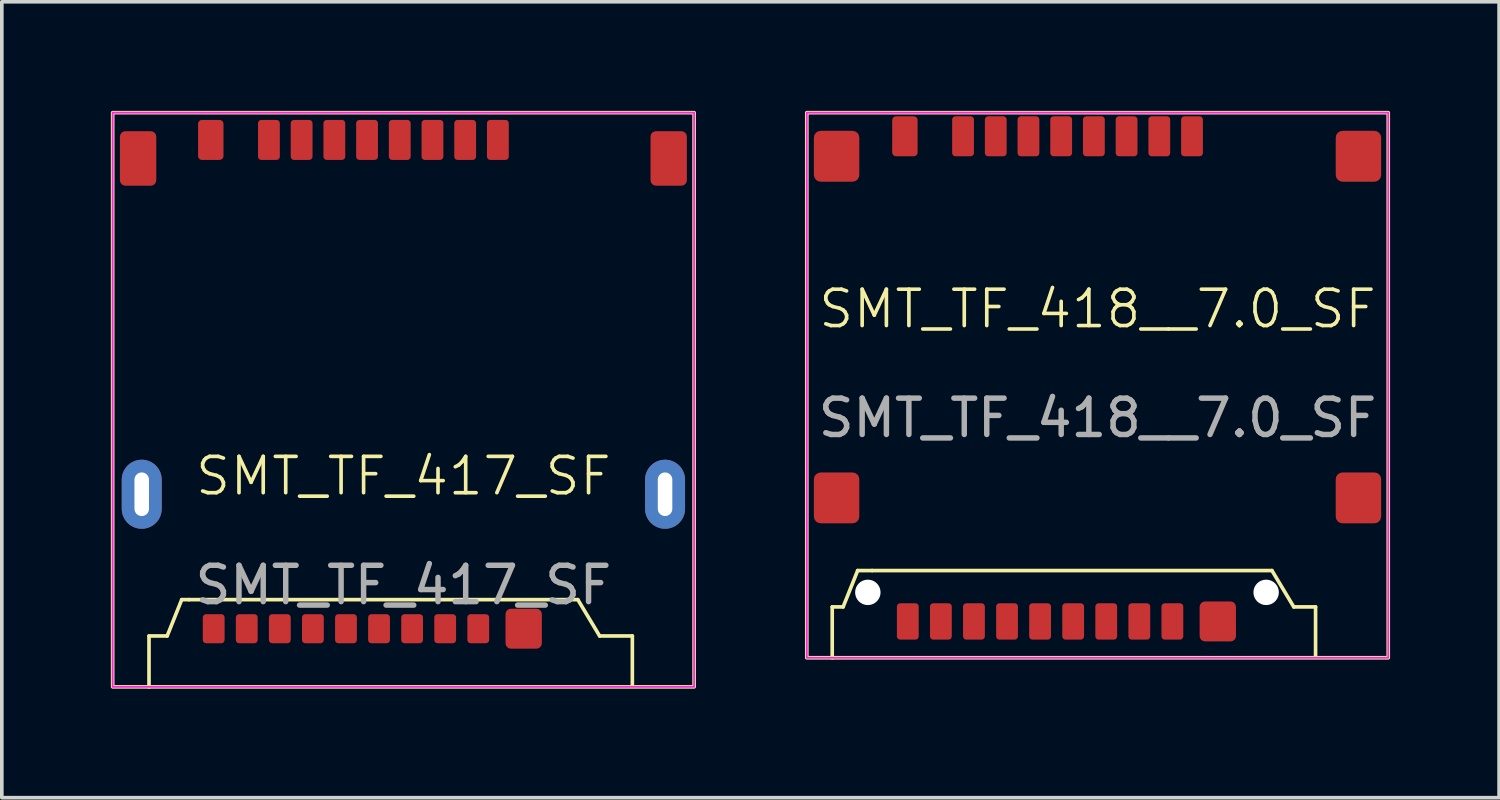
<source format=kicad_pcb>
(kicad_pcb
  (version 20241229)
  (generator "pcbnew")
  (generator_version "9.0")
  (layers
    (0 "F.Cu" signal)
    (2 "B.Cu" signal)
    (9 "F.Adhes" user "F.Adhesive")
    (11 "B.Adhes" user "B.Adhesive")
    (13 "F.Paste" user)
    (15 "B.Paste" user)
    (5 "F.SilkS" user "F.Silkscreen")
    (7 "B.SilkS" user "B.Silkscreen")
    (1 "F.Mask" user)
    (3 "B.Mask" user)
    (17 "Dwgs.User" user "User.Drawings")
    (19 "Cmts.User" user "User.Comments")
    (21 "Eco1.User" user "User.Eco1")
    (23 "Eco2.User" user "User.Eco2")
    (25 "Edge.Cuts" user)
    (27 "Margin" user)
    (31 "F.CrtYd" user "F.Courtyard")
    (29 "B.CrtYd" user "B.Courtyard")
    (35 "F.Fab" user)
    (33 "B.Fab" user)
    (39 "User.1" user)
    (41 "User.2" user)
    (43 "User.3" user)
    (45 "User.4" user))
  (footprint "SMT_TF_417_SF"
    (layer "F.Cu")
    (at 8.05 10.55)
    (property "Reference" "SMT_TF_417_SF" (at 0 -0.5 0) (unlocked yes) (layer "F.SilkS") (effects (font (size 1 1) (thickness 0.1))))
    (fp_line (start -7 3.9) (end -6.5 3.9) (stroke (width 0.1) (type solid)) (layer "F.SilkS"))
    (fp_line (start -7 5.3) (end -7 3.9) (stroke (width 0.1) (type solid)) (layer "F.SilkS"))
    (fp_line (start -6.5 3.9) (end -6.1 2.9) (stroke (width 0.1) (type default)) (layer "F.SilkS"))
    (fp_line (start -6.1 2.9) (end -5.9 2.9) (stroke (width 0.1) (type default)) (layer "F.SilkS"))
    (fp_line (start -5.9 2.9) (end 4.5 2.9) (stroke (width 0.1) (type default)) (layer "F.SilkS"))
    (fp_line (start 4.8 2.9) (end 4.5 2.9) (stroke (width 0.1) (type default)) (layer "F.SilkS"))
    (fp_line (start 5.4 3.9) (end 4.8 2.9) (stroke (width 0.1) (type default)) (layer "F.SilkS"))
    (fp_line (start 5.4 3.9) (end 6.3 3.9) (stroke (width 0.1) (type solid)) (layer "F.SilkS"))
    (fp_line (start 6.3 5.25) (end 6.3 3.9) (stroke (width 0.1) (type solid)) (layer "F.SilkS"))
    (fp_rect (start -8 -10.5) (end 8 5.3) (stroke (width 0.1) (type solid)) (fill no) (layer "F.SilkS"))
    (fp_rect (start -8 -10.5) (end 8 5.3) (stroke (width 0.05) (type default)) (fill no) (layer "F.CrtYd"))
    (fp_text user "${REFERENCE}" (at 0 2.5 0) (unlocked yes) (layer "F.Fab") (effects (font (size 1 1) (thickness 0.15))))
    (pad "1" smd roundrect (at 2.6 -9.75 90) (size 1.1 0.6) (layers "F.Cu" "F.Mask" "F.Paste") (roundrect_rratio 0.15))
    (pad "2" smd roundrect (at 1.7 -9.75 90) (size 1.1 0.6) (layers "F.Cu" "F.Mask" "F.Paste") (roundrect_rratio 0.15))
    (pad "3" smd roundrect (at 0.8 -9.75 90) (size 1.1 0.6) (layers "F.Cu" "F.Mask" "F.Paste") (roundrect_rratio 0.15))
    (pad "4" smd roundrect (at -0.1 -9.75 90) (size 1.1 0.6) (layers "F.Cu" "F.Mask" "F.Paste") (roundrect_rratio 0.15))
    (pad "5" smd roundrect (at -1 -9.75 90) (size 1.1 0.6) (layers "F.Cu" "F.Mask" "F.Paste") (roundrect_rratio 0.15))
    (pad "6" smd roundrect (at -1.9 -9.75 90) (size 1.1 0.6) (layers "F.Cu" "F.Mask" "F.Paste") (roundrect_rratio 0.15))
    (pad "7" smd roundrect (at -2.8 -9.75 90) (size 1.1 0.6) (layers "F.Cu" "F.Mask" "F.Paste") (roundrect_rratio 0.15))
    (pad "8" smd roundrect (at -3.7 -9.75 90) (size 1.1 0.6) (layers "F.Cu" "F.Mask" "F.Paste") (roundrect_rratio 0.15))
    (pad "9" smd roundrect (at -5.3 -9.75 90) (size 1.1 0.7) (layers "F.Cu" "F.Mask" "F.Paste") (roundrect_rratio 0.15))
    (pad "10" smd roundrect (at -7.3 -9.24 90) (size 1.5 1) (layers "F.Cu" "F.Mask" "F.Paste") (roundrect_rratio 0.15))
    (pad "11" smd roundrect (at 7.3 -9.24 90) (size 1.5 1) (layers "F.Cu" "F.Mask" "F.Paste") (roundrect_rratio 0.15))
    (pad "12" thru_hole oval (at -7.2 0 270) (size 1.9 1.1) (drill oval 1.2 0.4) (layers "*.Cu" "*.Mask"))
    (pad "13" thru_hole oval (at 7.2 0 90) (size 1.9 1.1) (drill oval 1.2 0.4) (layers "*.Cu" "*.Mask"))
    (pad "14" smd roundrect (at 3.31 3.7 90) (size 1.1 1) (layers "F.Cu" "F.Mask" "F.Paste") (roundrect_rratio 0.15))
    (pad "15" smd roundrect (at 2.06 3.7 90) (size 0.8 0.6) (layers "F.Cu" "F.Mask" "F.Paste") (roundrect_rratio 0.15))
    (pad "16" smd roundrect (at 1.15 3.7 90) (size 0.8 0.6) (layers "F.Cu" "F.Mask" "F.Paste") (roundrect_rratio 0.15))
    (pad "17" smd roundrect (at 0.24 3.7 90) (size 0.8 0.6) (layers "F.Cu" "F.Mask" "F.Paste") (roundrect_rratio 0.15))
    (pad "18" smd roundrect (at -0.67 3.7 90) (size 0.8 0.6) (layers "F.Cu" "F.Mask" "F.Paste") (roundrect_rratio 0.15))
    (pad "19" smd roundrect (at -1.58 3.7 90) (size 0.8 0.6) (layers "F.Cu" "F.Mask" "F.Paste") (roundrect_rratio 0.15))
    (pad "20" smd roundrect (at -2.49 3.7 90) (size 0.8 0.6) (layers "F.Cu" "F.Mask" "F.Paste") (roundrect_rratio 0.15))
    (pad "21" smd roundrect (at -3.4 3.7 90) (size 0.8 0.6) (layers "F.Cu" "F.Mask" "F.Paste") (roundrect_rratio 0.15))
    (pad "22" smd roundrect (at -4.31 3.7 90) (size 0.8 0.6) (layers "F.Cu" "F.Mask" "F.Paste") (roundrect_rratio 0.15))
    (pad "23" smd roundrect (at -5.22 3.7 90) (size 0.8 0.6) (layers "F.Cu" "F.Mask" "F.Paste") (roundrect_rratio 0.15)))
  (footprint "SMT_TF_418__7.0_SF"
    (layer "F.Cu")
    (at 27.15 5.95)
    (property "Reference" "SMT_TF_418__7.0_SF" (at 0 -0.5 0) (unlocked yes) (layer "F.SilkS") (effects (font (size 1 1) (thickness 0.1))))
    (fp_line (start -7.3 7.7) (end -7 7.7) (stroke (width 0.1) (type solid)) (layer "F.SilkS"))
    (fp_line (start -7.3 9.1) (end -7.3 7.7) (stroke (width 0.1) (type solid)) (layer "F.SilkS"))
    (fp_line (start -7 7.7) (end -6.6 6.7) (stroke (width 0.1) (type default)) (layer "F.SilkS"))
    (fp_line (start -6.6 6.7) (end -6.2 6.7) (stroke (width 0.1) (type default)) (layer "F.SilkS"))
    (fp_line (start -6.2 6.7) (end 4.8 6.7) (stroke (width 0.1) (type default)) (layer "F.SilkS"))
    (fp_line (start 5.4 7.7) (end 4.8 6.7) (stroke (width 0.1) (type default)) (layer "F.SilkS"))
    (fp_line (start 5.4 7.7) (end 6 7.7) (stroke (width 0.1) (type solid)) (layer "F.SilkS"))
    (fp_line (start 6 9.05) (end 6 7.7) (stroke (width 0.1) (type solid)) (layer "F.SilkS"))
    (fp_rect (start -8 -5.9) (end 8 9.1) (stroke (width 0.1) (type solid)) (fill no) (layer "F.SilkS"))
    (fp_rect (start -8 -5.9) (end 8 9.1) (stroke (width 0.05) (type solid)) (fill no) (layer "F.CrtYd"))
    (fp_text user "${REFERENCE}" (at 0 2.5 0) (unlocked yes) (layer "F.Fab") (effects (font (size 1 1) (thickness 0.15))))
    (pad "" np_thru_hole circle (at -6.32 7.3 90) (size 0.7 0.7) (drill 0.7) (layers "*.Cu" "*.Mask"))
    (pad "" np_thru_hole circle (at 4.64 7.3 90) (size 0.7 0.7) (drill 0.7) (layers "*.Cu" "*.Mask"))
    (pad "1" smd roundrect (at 2.6 -5.25 90) (size 1.1 0.6) (layers "F.Cu" "F.Mask" "F.Paste") (roundrect_rratio 0.15))
    (pad "2" smd roundrect (at 1.7 -5.25 90) (size 1.1 0.6) (layers "F.Cu" "F.Mask" "F.Paste") (roundrect_rratio 0.15))
    (pad "3" smd roundrect (at 0.8 -5.25 90) (size 1.1 0.6) (layers "F.Cu" "F.Mask" "F.Paste") (roundrect_rratio 0.15))
    (pad "4" smd roundrect (at -0.1 -5.25 90) (size 1.1 0.6) (layers "F.Cu" "F.Mask" "F.Paste") (roundrect_rratio 0.15))
    (pad "5" smd roundrect (at -1 -5.25 90) (size 1.1 0.6) (layers "F.Cu" "F.Mask" "F.Paste") (roundrect_rratio 0.15))
    (pad "6" smd roundrect (at -1.9 -5.25 90) (size 1.1 0.6) (layers "F.Cu" "F.Mask" "F.Paste") (roundrect_rratio 0.15))
    (pad "7" smd roundrect (at -3.7 -5.25 90) (size 1.1 0.6) (layers "F.Cu" "F.Mask" "F.Paste") (roundrect_rratio 0.15))
    (pad "8" smd roundrect (at -5.3 -5.25 90) (size 1.1 0.7) (layers "F.Cu" "F.Mask" "F.Paste") (roundrect_rratio 0.15))
    (pad "9" smd roundrect (at 2.06 8.1 90) (size 1 0.6) (layers "F.Cu" "F.Mask" "F.Paste") (roundrect_rratio 0.15))
    (pad "10" smd roundrect (at 0.24 8.1 90) (size 1 0.6) (layers "F.Cu" "F.Mask" "F.Paste") (roundrect_rratio 0.15))
    (pad "11" smd roundrect (at -0.67 8.1 90) (size 1 0.6) (layers "F.Cu" "F.Mask" "F.Paste") (roundrect_rratio 0.15))
    (pad "12" smd roundrect (at -1.58 8.1 90) (size 1 0.6) (layers "F.Cu" "F.Mask" "F.Paste") (roundrect_rratio 0.15))
    (pad "13" smd roundrect (at -2.49 8.1 90) (size 1 0.6) (layers "F.Cu" "F.Mask" "F.Paste") (roundrect_rratio 0.15))
    (pad "14" smd roundrect (at -3.4 8.1 90) (size 1 0.6) (layers "F.Cu" "F.Mask" "F.Paste") (roundrect_rratio 0.15))
    (pad "15" smd roundrect (at -4.31 8.1 90) (size 1 0.6) (layers "F.Cu" "F.Mask" "F.Paste") (roundrect_rratio 0.15))
    (pad "16" smd roundrect (at -5.22 8.1 90) (size 1 0.6) (layers "F.Cu" "F.Mask" "F.Paste") (roundrect_rratio 0.15))
    (pad "17" smd roundrect (at 1.15 8.1 90) (size 1 0.6) (layers "F.Cu" "F.Mask" "F.Paste") (roundrect_rratio 0.15))
    (pad "18" smd roundrect (at -2.8 -5.25 90) (size 1.1 0.6) (layers "F.Cu" "F.Mask" "F.Paste") (roundrect_rratio 0.15))
    (pad "19" smd roundrect (at -7.18 -4.7 90) (size 1.4 1.25) (layers "F.Cu" "F.Mask" "F.Paste") (roundrect_rratio 0.15))
    (pad "20" smd roundrect (at 7.18 -4.7 90) (size 1.4 1.25) (layers "F.Cu" "F.Mask" "F.Paste") (roundrect_rratio 0.15))
    (pad "21" smd roundrect (at 7.18 4.7 90) (size 1.4 1.25) (layers "F.Cu" "F.Mask" "F.Paste") (roundrect_rratio 0.15))
    (pad "22" smd roundrect (at -7.18 4.7 90) (size 1.4 1.25) (layers "F.Cu" "F.Mask" "F.Paste") (roundrect_rratio 0.15))
    (pad "23" smd roundrect (at 3.31 8.1 90) (size 1.1 1) (layers "F.Cu" "F.Mask" "F.Paste") (roundrect_rratio 0.15)))
  (gr_rect
    (start -3 -3)
    (end 38.2 18.9)
    (stroke (width 0.1) (type default))
    (fill no)
    (layer "Edge.Cuts")))
</source>
